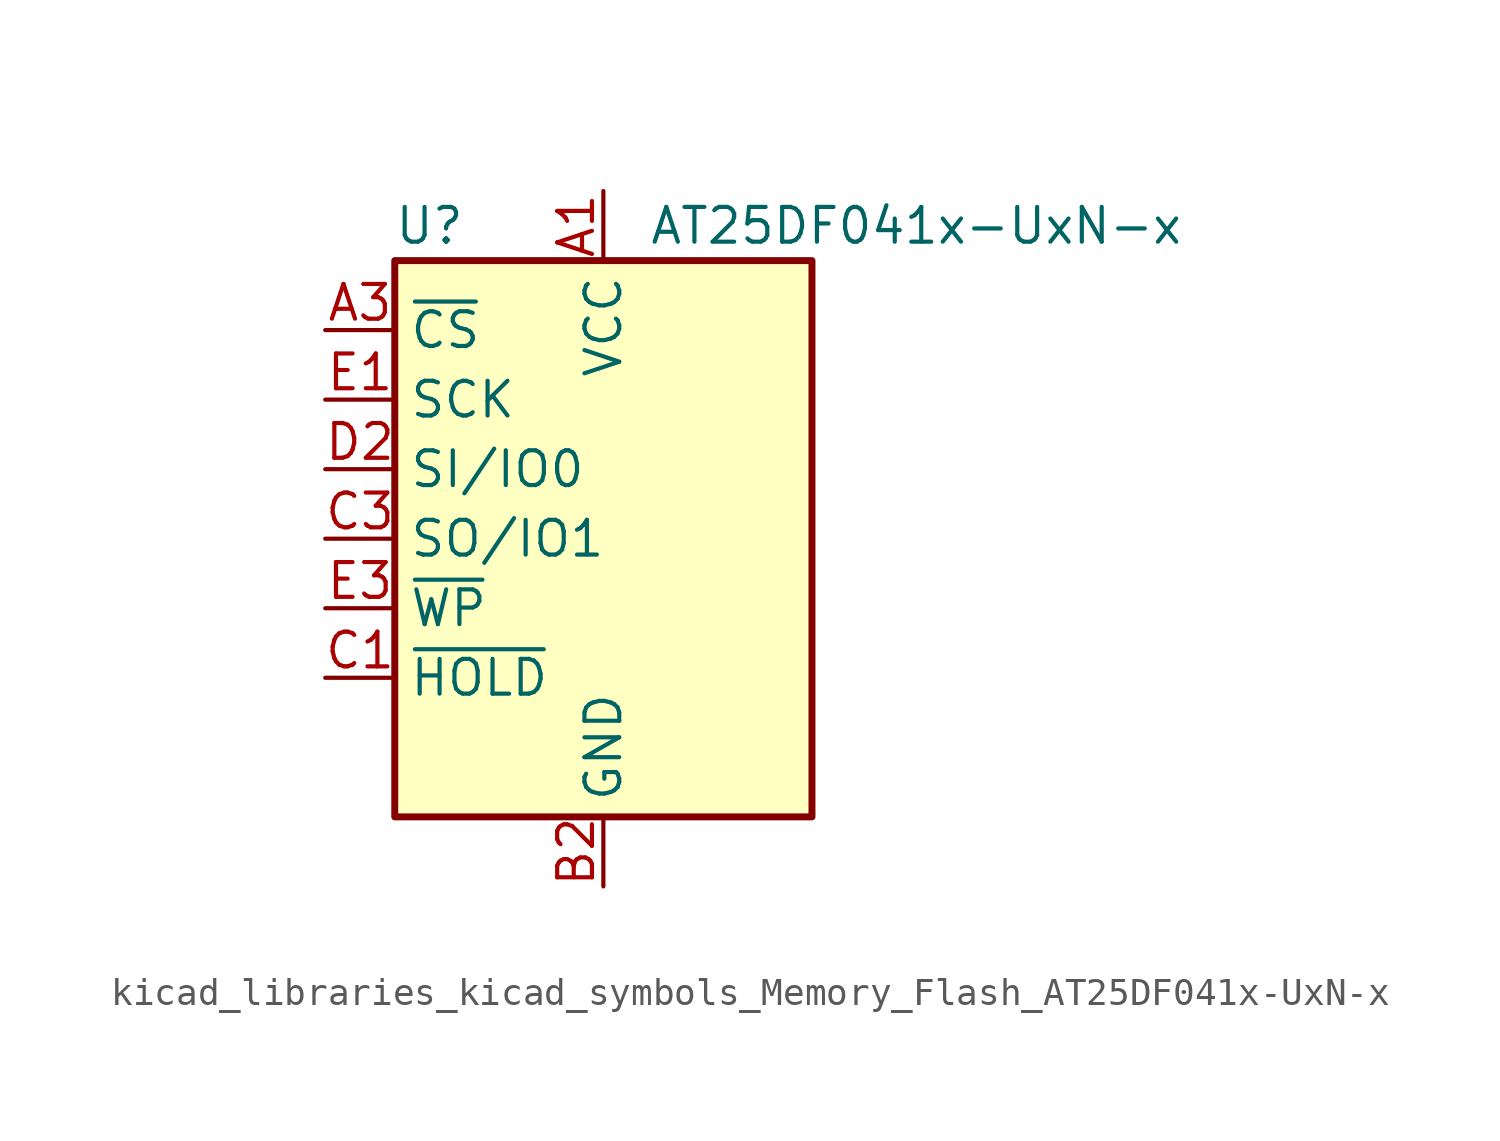
<source format=kicad_sym>
(kicad_symbol_lib
  (version 20220914)
  (generator kicad_symbol_editor)
  (symbol "kicad_libraries_kicad_symbols_Memory_Flash_AT25DF041x-UxN-x"
    (property "Reference" "U"
      (at -6.35 11.43 0)
      (effects (font (size 1.27 1.27))))
    (property "Value" "AT25DF041x-UxN-x"
      (at 11.43 11.43 0)
      (effects (font (size 1.27 1.27))))
    (symbol "kicad_libraries_kicad_symbols_Memory_Flash_AT25DF041x-UxN-x_0_1"
      (rectangle (start -7.62 10.16) (end 7.62 -10.16) (stroke (width 0.254) (type default)) (fill (type background))))
    (symbol "kicad_libraries_kicad_symbols_Memory_Flash_AT25DF041x-UxN-x_1_1"
      (pin power_in line (at 0 12.7 270) (length 2.54) (name "VCC" (effects (font (size 1.27 1.27)))) (number "A1" (effects (font (size 1.27 1.27)))))
      (pin input line (at -10.16 7.62 0) (length 2.54) (name "~{CS}" (effects (font (size 1.27 1.27)))) (number "A3" (effects (font (size 1.27 1.27)))))
      (pin power_in line (at 0 -12.7 90) (length 2.54) (name "GND" (effects (font (size 1.27 1.27)))) (number "B2" (effects (font (size 1.27 1.27)))))
      (pin bidirectional line (at -10.16 -5.08 0) (length 2.54) (name "~{HOLD}" (effects (font (size 1.27 1.27)))) (number "C1" (effects (font (size 1.27 1.27)))))
      (pin bidirectional line (at -10.16 0 0) (length 2.54) (name "SO/IO1" (effects (font (size 1.27 1.27)))) (number "C3" (effects (font (size 1.27 1.27)))))
      (pin bidirectional line (at -10.16 2.54 0) (length 2.54) (name "SI/IO0" (effects (font (size 1.27 1.27)))) (number "D2" (effects (font (size 1.27 1.27)))))
      (pin input line (at -10.16 5.08 0) (length 2.54) (name "SCK" (effects (font (size 1.27 1.27)))) (number "E1" (effects (font (size 1.27 1.27)))))
      (pin bidirectional line (at -10.16 -2.54 0) (length 2.54) (name "~{WP}" (effects (font (size 1.27 1.27)))) (number "E3" (effects (font (size 1.27 1.27))))))))
</source>
